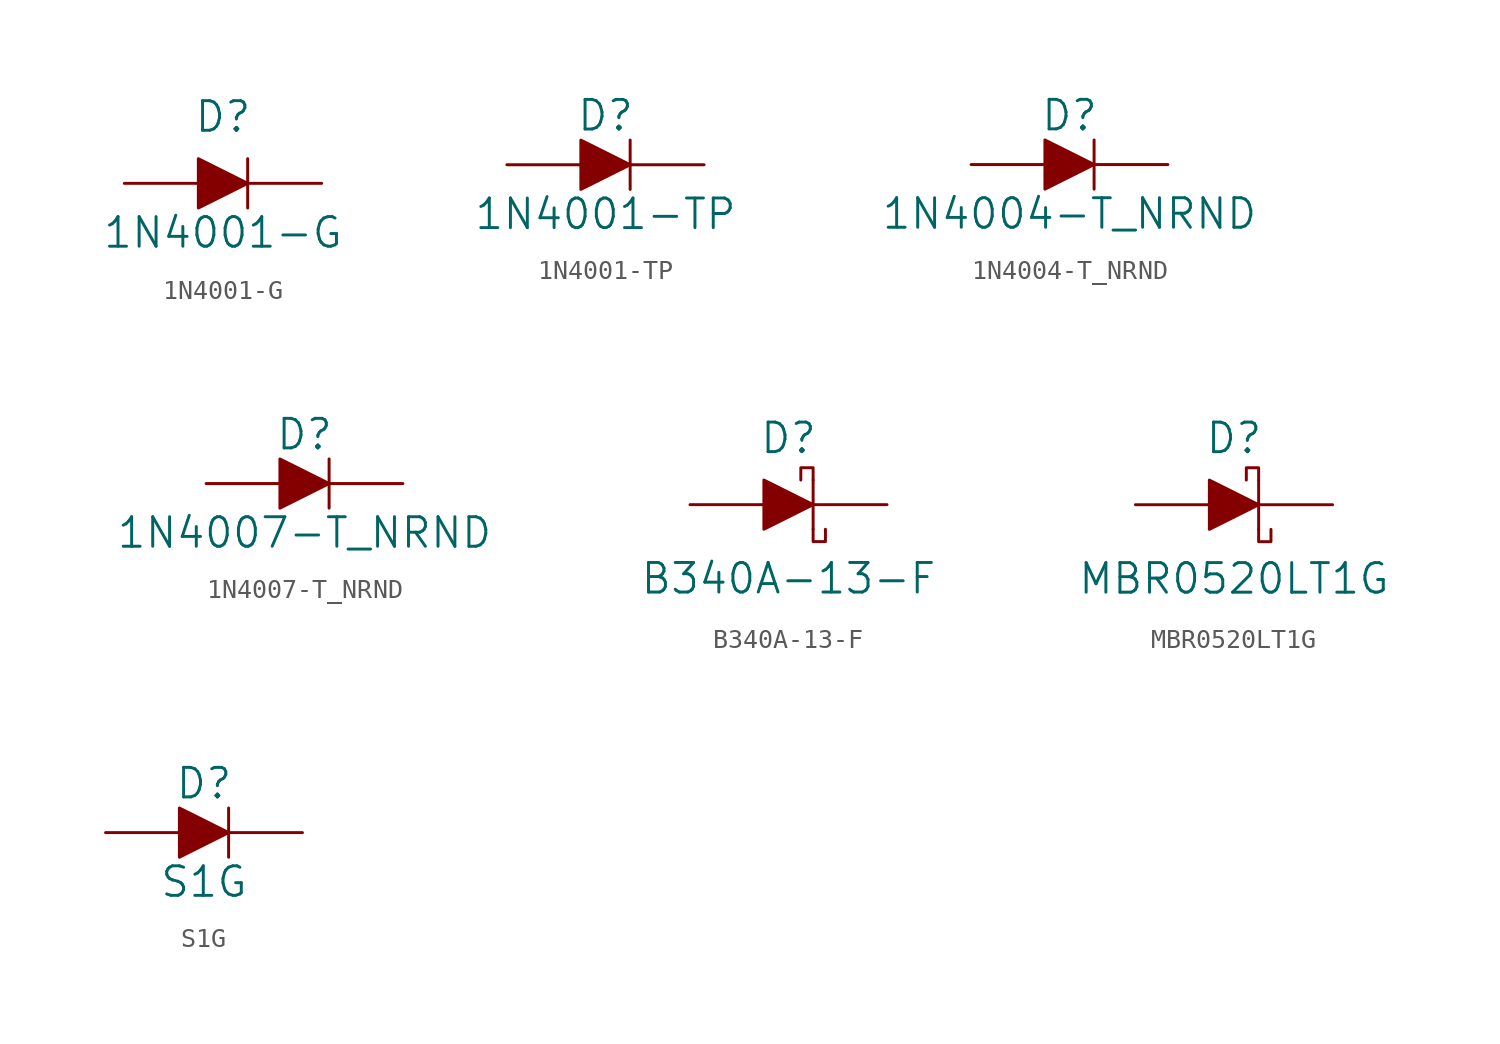
<source format=kicad_sym>
(kicad_symbol_lib
  (version 20231120)
  (generator "kicad_symbol_editor")
  (generator_version "8.0")
  (symbol "1N4001-G"
    (pin_numbers hide)
    (pin_names
      (offset 0) hide)
    (property "Reference" "D"
      (at 0 2.54 0)
      (effects (font (size 1.524 1.524)) (justify bottom)))
    (property "Value" "1N4001-G"
      (at 0 -2.54 0)
      (effects (font (size 1.524 1.524))))
    (symbol "1N4001-G_0_1"
      (polyline (pts (xy 1.27 1.27) (xy 1.27 -1.27)) (stroke (width 0) (type solid)) (fill (type none)))
      (polyline (pts (xy -1.27 1.27) (xy -1.27 -1.27) (xy 1.27 0) (xy -1.27 1.27)) (stroke (width 0) (type solid)) (fill (type outline))))
    (symbol "1N4001-G_1_1"
      (pin passive line (at -5.08 0 0) (length 3.81) (name "~" (effects (font (size 1.27 1.27)))) (number "A" (effects (font (size 1.27 1.27)))))
      (pin passive line (at 5.08 0 180) (length 3.81) (name "~" (effects (font (size 1.27 1.27)))) (number "K" (effects (font (size 1.27 1.27)))))))
  (symbol "1N4001-TP"
    (pin_numbers hide)
    (pin_names
      (offset 0) hide)
    (property "Reference" "D"
      (at 0 2.54 0)
      (effects (font (size 1.524 1.524))))
    (property "Value" "1N4001-TP"
      (at 0 -2.54 0)
      (effects (font (size 1.524 1.524))))
    (symbol "1N4001-TP_0_1"
      (polyline (pts (xy 1.27 1.27) (xy 1.27 -1.27)) (stroke (width 0) (type solid)) (fill (type none)))
      (polyline (pts (xy -1.27 1.27) (xy -1.27 -1.27) (xy 1.27 0) (xy -1.27 1.27)) (stroke (width 0) (type solid)) (fill (type outline))))
    (symbol "1N4001-TP_1_1"
      (pin passive line (at -5.08 0 0) (length 3.81) (name "~" (effects (font (size 1.27 1.27)))) (number "A" (effects (font (size 1.27 1.27)))))
      (pin passive line (at 5.08 0 180) (length 3.81) (name "~" (effects (font (size 1.27 1.27)))) (number "K" (effects (font (size 1.27 1.27)))))))
  (symbol "1N4004-T_NRND"
    (pin_numbers hide)
    (pin_names
      (offset 0) hide)
    (property "Reference" "D"
      (at 0 2.54 0)
      (effects (font (size 1.524 1.524))))
    (property "Value" "1N4004-T_NRND"
      (at 0 -2.54 0)
      (effects (font (size 1.524 1.524))))
    (symbol "1N4004-T_NRND_0_1"
      (polyline (pts (xy 1.27 1.27) (xy 1.27 -1.27)) (stroke (width 0) (type solid)) (fill (type none)))
      (polyline (pts (xy -1.27 1.27) (xy -1.27 -1.27) (xy 1.27 0) (xy -1.27 1.27)) (stroke (width 0) (type solid)) (fill (type outline))))
    (symbol "1N4004-T_NRND_1_1"
      (pin passive line (at -5.08 0 0) (length 3.81) (name "~" (effects (font (size 1.27 1.27)))) (number "A" (effects (font (size 1.27 1.27)))))
      (pin passive line (at 5.08 0 180) (length 3.81) (name "~" (effects (font (size 1.27 1.27)))) (number "K" (effects (font (size 1.27 1.27)))))))
  (symbol "1N4007-T_NRND"
    (pin_numbers hide)
    (pin_names
      (offset 0) hide)
    (property "Reference" "D"
      (at 0 2.54 0)
      (effects (font (size 1.524 1.524))))
    (property "Value" "1N4007-T_NRND"
      (at 0 -2.54 0)
      (effects (font (size 1.524 1.524))))
    (symbol "1N4007-T_NRND_0_1"
      (polyline (pts (xy 1.27 1.27) (xy 1.27 -1.27)) (stroke (width 0) (type solid)) (fill (type none)))
      (polyline (pts (xy -1.27 1.27) (xy -1.27 -1.27) (xy 1.27 0) (xy -1.27 1.27)) (stroke (width 0) (type solid)) (fill (type outline))))
    (symbol "1N4007-T_NRND_1_1"
      (pin passive line (at -5.08 0 0) (length 3.81) (name "~" (effects (font (size 1.27 1.27)))) (number "A" (effects (font (size 1.27 1.27)))))
      (pin passive line (at 5.08 0 180) (length 3.81) (name "~" (effects (font (size 1.27 1.27)))) (number "K" (effects (font (size 1.27 1.27)))))))
  (symbol "B340A-13-F"
    (pin_numbers hide)
    (pin_names
      (offset 0) hide)
    (property "Reference" "D"
      (at 0 2.54 0)
      (effects (font (size 1.524 1.524)) (justify bottom)))
    (property "Value" "B340A-13-F"
      (at 0 -3.81 0)
      (effects (font (size 1.524 1.524))))
    (symbol "B340A-13-F_0_1"
      (polyline (pts (xy 1.27 1.27) (xy 1.27 -1.27)) (stroke (width 0) (type solid)) (fill (type none)))
      (polyline (pts (xy -1.27 1.27) (xy -1.27 -1.27) (xy 1.27 0) (xy -1.27 1.27)) (stroke (width 0) (type solid)) (fill (type outline)))
      (polyline (pts (xy 1.27 -1.27) (xy 1.27 -1.905) (xy 1.905 -1.905) (xy 1.905 -1.27)) (stroke (width 0) (type solid)) (fill (type none)))
      (polyline (pts (xy 1.27 1.27) (xy 1.27 1.905) (xy 0.635 1.905) (xy 0.635 1.27)) (stroke (width 0) (type solid)) (fill (type none))))
    (symbol "B340A-13-F_1_1"
      (pin passive line (at -5.08 0 0) (length 3.81) (name "~" (effects (font (size 1.27 1.27)))) (number "A" (effects (font (size 1.27 1.27)))))
      (pin passive line (at 5.08 0 180) (length 3.81) (name "~" (effects (font (size 1.27 1.27)))) (number "K" (effects (font (size 1.27 1.27)))))))
  (symbol "MBR0520LT1G"
    (pin_numbers hide)
    (pin_names
      (offset 0) hide)
    (property "Reference" "D"
      (at 0 2.54 0)
      (effects (font (size 1.524 1.524)) (justify bottom)))
    (property "Value" "MBR0520LT1G"
      (at 0 -3.81 0)
      (effects (font (size 1.524 1.524))))
    (symbol "MBR0520LT1G_0_1"
      (polyline (pts (xy 1.27 1.27) (xy 1.27 -1.27)) (stroke (width 0) (type solid)) (fill (type none)))
      (polyline (pts (xy -1.27 1.27) (xy -1.27 -1.27) (xy 1.27 0) (xy -1.27 1.27)) (stroke (width 0) (type solid)) (fill (type outline)))
      (polyline (pts (xy 1.27 -1.27) (xy 1.27 -1.905) (xy 1.905 -1.905) (xy 1.905 -1.27)) (stroke (width 0) (type solid)) (fill (type none)))
      (polyline (pts (xy 1.27 1.27) (xy 1.27 1.905) (xy 0.635 1.905) (xy 0.635 1.27)) (stroke (width 0) (type solid)) (fill (type none))))
    (symbol "MBR0520LT1G_1_1"
      (pin passive line (at -5.08 0 0) (length 3.81) (name "~" (effects (font (size 1.27 1.27)))) (number "A" (effects (font (size 1.27 1.27)))))
      (pin passive line (at 5.08 0 180) (length 3.81) (name "~" (effects (font (size 1.27 1.27)))) (number "K" (effects (font (size 1.27 1.27)))))))
  (symbol "S1G"
    (pin_numbers hide)
    (pin_names
      (offset 0) hide)
    (property "Reference" "D"
      (at 0 2.54 0)
      (effects (font (size 1.524 1.524))))
    (property "Value" "S1G"
      (at 0 -2.54 0)
      (effects (font (size 1.524 1.524))))
    (symbol "S1G_0_1"
      (polyline (pts (xy 1.27 1.27) (xy 1.27 -1.27)) (stroke (width 0) (type solid)) (fill (type none)))
      (polyline (pts (xy -1.27 1.27) (xy -1.27 -1.27) (xy 1.27 0) (xy -1.27 1.27)) (stroke (width 0) (type solid)) (fill (type outline))))
    (symbol "S1G_1_1"
      (pin passive line (at -5.08 0 0) (length 3.81) (name "~" (effects (font (size 1.27 1.27)))) (number "A" (effects (font (size 1.27 1.27)))))
      (pin passive line (at 5.08 0 180) (length 3.81) (name "~" (effects (font (size 1.27 1.27)))) (number "K" (effects (font (size 1.27 1.27))))))))
</source>
